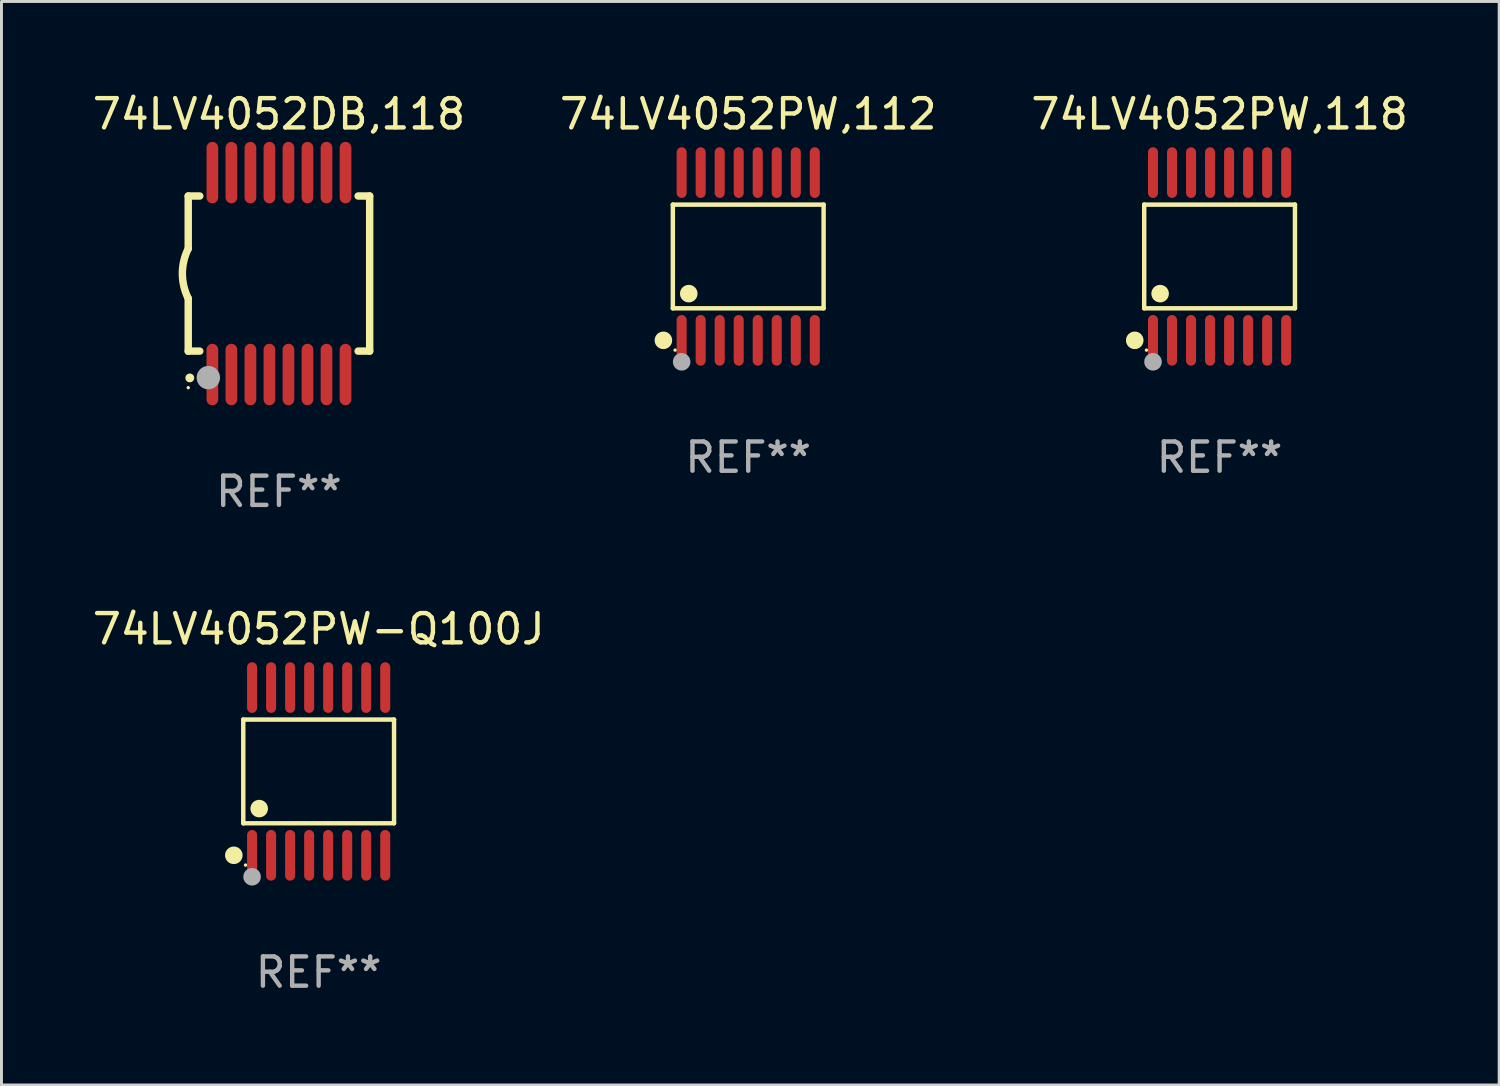
<source format=kicad_pcb>
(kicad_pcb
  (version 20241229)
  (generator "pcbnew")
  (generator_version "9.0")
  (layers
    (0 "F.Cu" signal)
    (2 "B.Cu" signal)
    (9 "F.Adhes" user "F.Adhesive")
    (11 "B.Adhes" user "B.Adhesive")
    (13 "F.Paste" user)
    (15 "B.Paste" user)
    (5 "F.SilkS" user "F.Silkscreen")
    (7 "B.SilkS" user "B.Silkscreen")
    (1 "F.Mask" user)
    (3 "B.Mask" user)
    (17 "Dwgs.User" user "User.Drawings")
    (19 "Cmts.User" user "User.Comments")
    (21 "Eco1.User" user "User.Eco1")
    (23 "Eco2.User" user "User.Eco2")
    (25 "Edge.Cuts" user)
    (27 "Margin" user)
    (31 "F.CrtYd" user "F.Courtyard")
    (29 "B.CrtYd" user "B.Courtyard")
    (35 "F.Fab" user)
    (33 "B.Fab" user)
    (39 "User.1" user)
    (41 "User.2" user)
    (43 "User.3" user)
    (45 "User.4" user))
  (footprint "74LV4052PW,112"
    (layer "F.Cu")
    (at 22.518 5.714)
    (property "Reference" "74LV4052PW,112" (at 0 -4.866 0) (layer "F.SilkS") (effects (font (size 1 1) (thickness 0.15))))
    (attr through_hole)
    (fp_line (start -2.576 -1.772) (end 2.576 -1.772) (stroke (width 0.152) (type solid)) (layer "F.SilkS"))
    (fp_line (start -2.576 1.771) (end -2.576 -1.772) (stroke (width 0.152) (type solid)) (layer "F.SilkS"))
    (fp_line (start 2.576 -1.772) (end 2.576 1.771) (stroke (width 0.152) (type solid)) (layer "F.SilkS"))
    (fp_line (start 2.576 1.771) (end -2.576 1.771) (stroke (width 0.152) (type solid)) (layer "F.SilkS"))
    (fp_circle (center -2.899 2.866) (end -2.749 2.866) (stroke (width 0.3) (type solid)) (fill no) (layer "F.SilkS"))
    (fp_circle (center -2.5 3.2) (end -2.47 3.2) (stroke (width 0.06) (type solid)) (fill no) (layer "F.SilkS"))
    (fp_circle (center -2.032 1.27) (end -1.882 1.27) (stroke (width 0.3) (type solid)) (fill no) (layer "F.SilkS"))
    (fp_circle (center -2.275 3.6) (end -2.125 3.6) (stroke (width 0.3) (type solid)) (fill no) (layer "F.Fab"))
    (fp_text user "REF**" (at 0 6.866 0) (layer "F.Fab") (effects (font (size 1 1) (thickness 0.15))))
    (pad "1" smd oval (at -2.275 2.866) (size 0.343 1.731) (layers "F.Cu" "F.Mask" "F.Paste"))
    (pad "2" smd oval (at -1.625 2.866) (size 0.343 1.731) (layers "F.Cu" "F.Mask" "F.Paste"))
    (pad "3" smd oval (at -0.975 2.866) (size 0.343 1.731) (layers "F.Cu" "F.Mask" "F.Paste"))
    (pad "4" smd oval (at -0.325 2.866) (size 0.343 1.731) (layers "F.Cu" "F.Mask" "F.Paste"))
    (pad "5" smd oval (at 0.325 2.866) (size 0.343 1.731) (layers "F.Cu" "F.Mask" "F.Paste"))
    (pad "6" smd oval (at 0.975 2.866) (size 0.343 1.731) (layers "F.Cu" "F.Mask" "F.Paste"))
    (pad "7" smd oval (at 1.625 2.866) (size 0.343 1.731) (layers "F.Cu" "F.Mask" "F.Paste"))
    (pad "8" smd oval (at 2.275 2.866) (size 0.343 1.731) (layers "F.Cu" "F.Mask" "F.Paste"))
    (pad "9" smd oval (at 2.275 -2.866) (size 0.343 1.731) (layers "F.Cu" "F.Mask" "F.Paste"))
    (pad "10" smd oval (at 1.625 -2.866) (size 0.343 1.731) (layers "F.Cu" "F.Mask" "F.Paste"))
    (pad "11" smd oval (at 0.975 -2.866) (size 0.343 1.731) (layers "F.Cu" "F.Mask" "F.Paste"))
    (pad "12" smd oval (at 0.325 -2.866) (size 0.343 1.731) (layers "F.Cu" "F.Mask" "F.Paste"))
    (pad "13" smd oval (at -0.325 -2.866) (size 0.343 1.731) (layers "F.Cu" "F.Mask" "F.Paste"))
    (pad "14" smd oval (at -0.975 -2.866) (size 0.343 1.731) (layers "F.Cu" "F.Mask" "F.Paste"))
    (pad "15" smd oval (at -1.625 -2.866) (size 0.343 1.731) (layers "F.Cu" "F.Mask" "F.Paste"))
    (pad "16" smd oval (at -2.275 -2.866) (size 0.343 1.731) (layers "F.Cu" "F.Mask" "F.Paste")))
  (footprint "74LV4052PW-Q100J"
    (layer "F.Cu")
    (at 7.839 23.311)
    (property "Reference" "74LV4052PW-Q100J" (at 0 -4.866 0) (layer "F.SilkS") (effects (font (size 1 1) (thickness 0.15))))
    (attr through_hole)
    (fp_line (start -2.576 -1.772) (end 2.576 -1.772) (stroke (width 0.152) (type solid)) (layer "F.SilkS"))
    (fp_line (start -2.576 1.771) (end -2.576 -1.772) (stroke (width 0.152) (type solid)) (layer "F.SilkS"))
    (fp_line (start 2.576 -1.772) (end 2.576 1.771) (stroke (width 0.152) (type solid)) (layer "F.SilkS"))
    (fp_line (start 2.576 1.771) (end -2.576 1.771) (stroke (width 0.152) (type solid)) (layer "F.SilkS"))
    (fp_circle (center -2.899 2.866) (end -2.749 2.866) (stroke (width 0.3) (type solid)) (fill no) (layer "F.SilkS"))
    (fp_circle (center -2.5 3.2) (end -2.47 3.2) (stroke (width 0.06) (type solid)) (fill no) (layer "F.SilkS"))
    (fp_circle (center -2.032 1.27) (end -1.882 1.27) (stroke (width 0.3) (type solid)) (fill no) (layer "F.SilkS"))
    (fp_circle (center -2.275 3.6) (end -2.125 3.6) (stroke (width 0.3) (type solid)) (fill no) (layer "F.Fab"))
    (fp_text user "REF**" (at 0 6.866 0) (layer "F.Fab") (effects (font (size 1 1) (thickness 0.15))))
    (pad "1" smd oval (at -2.275 2.866) (size 0.343 1.731) (layers "F.Cu" "F.Mask" "F.Paste"))
    (pad "2" smd oval (at -1.625 2.866) (size 0.343 1.731) (layers "F.Cu" "F.Mask" "F.Paste"))
    (pad "3" smd oval (at -0.975 2.866) (size 0.343 1.731) (layers "F.Cu" "F.Mask" "F.Paste"))
    (pad "4" smd oval (at -0.325 2.866) (size 0.343 1.731) (layers "F.Cu" "F.Mask" "F.Paste"))
    (pad "5" smd oval (at 0.325 2.866) (size 0.343 1.731) (layers "F.Cu" "F.Mask" "F.Paste"))
    (pad "6" smd oval (at 0.975 2.866) (size 0.343 1.731) (layers "F.Cu" "F.Mask" "F.Paste"))
    (pad "7" smd oval (at 1.625 2.866) (size 0.343 1.731) (layers "F.Cu" "F.Mask" "F.Paste"))
    (pad "8" smd oval (at 2.275 2.866) (size 0.343 1.731) (layers "F.Cu" "F.Mask" "F.Paste"))
    (pad "9" smd oval (at 2.275 -2.866) (size 0.343 1.731) (layers "F.Cu" "F.Mask" "F.Paste"))
    (pad "10" smd oval (at 1.625 -2.866) (size 0.343 1.731) (layers "F.Cu" "F.Mask" "F.Paste"))
    (pad "11" smd oval (at 0.975 -2.866) (size 0.343 1.731) (layers "F.Cu" "F.Mask" "F.Paste"))
    (pad "12" smd oval (at 0.325 -2.866) (size 0.343 1.731) (layers "F.Cu" "F.Mask" "F.Paste"))
    (pad "13" smd oval (at -0.325 -2.866) (size 0.343 1.731) (layers "F.Cu" "F.Mask" "F.Paste"))
    (pad "14" smd oval (at -0.975 -2.866) (size 0.343 1.731) (layers "F.Cu" "F.Mask" "F.Paste"))
    (pad "15" smd oval (at -1.625 -2.866) (size 0.343 1.731) (layers "F.Cu" "F.Mask" "F.Paste"))
    (pad "16" smd oval (at -2.275 -2.866) (size 0.343 1.731) (layers "F.Cu" "F.Mask" "F.Paste")))
  (footprint "74LV4052PW,118"
    (layer "F.Cu")
    (at 38.625 5.714)
    (property "Reference" "74LV4052PW,118" (at 0 -4.866 0) (layer "F.SilkS") (effects (font (size 1 1) (thickness 0.15))))
    (attr through_hole)
    (fp_line (start -2.576 -1.772) (end 2.576 -1.772) (stroke (width 0.152) (type solid)) (layer "F.SilkS"))
    (fp_line (start -2.576 1.771) (end -2.576 -1.772) (stroke (width 0.152) (type solid)) (layer "F.SilkS"))
    (fp_line (start 2.576 -1.772) (end 2.576 1.771) (stroke (width 0.152) (type solid)) (layer "F.SilkS"))
    (fp_line (start 2.576 1.771) (end -2.576 1.771) (stroke (width 0.152) (type solid)) (layer "F.SilkS"))
    (fp_circle (center -2.899 2.866) (end -2.749 2.866) (stroke (width 0.3) (type solid)) (fill no) (layer "F.SilkS"))
    (fp_circle (center -2.5 3.2) (end -2.47 3.2) (stroke (width 0.06) (type solid)) (fill no) (layer "F.SilkS"))
    (fp_circle (center -2.032 1.27) (end -1.882 1.27) (stroke (width 0.3) (type solid)) (fill no) (layer "F.SilkS"))
    (fp_circle (center -2.275 3.6) (end -2.125 3.6) (stroke (width 0.3) (type solid)) (fill no) (layer "F.Fab"))
    (fp_text user "REF**" (at 0 6.866 0) (layer "F.Fab") (effects (font (size 1 1) (thickness 0.15))))
    (pad "1" smd oval (at -2.275 2.866) (size 0.343 1.731) (layers "F.Cu" "F.Mask" "F.Paste"))
    (pad "2" smd oval (at -1.625 2.866) (size 0.343 1.731) (layers "F.Cu" "F.Mask" "F.Paste"))
    (pad "3" smd oval (at -0.975 2.866) (size 0.343 1.731) (layers "F.Cu" "F.Mask" "F.Paste"))
    (pad "4" smd oval (at -0.325 2.866) (size 0.343 1.731) (layers "F.Cu" "F.Mask" "F.Paste"))
    (pad "5" smd oval (at 0.325 2.866) (size 0.343 1.731) (layers "F.Cu" "F.Mask" "F.Paste"))
    (pad "6" smd oval (at 0.975 2.866) (size 0.343 1.731) (layers "F.Cu" "F.Mask" "F.Paste"))
    (pad "7" smd oval (at 1.625 2.866) (size 0.343 1.731) (layers "F.Cu" "F.Mask" "F.Paste"))
    (pad "8" smd oval (at 2.275 2.866) (size 0.343 1.731) (layers "F.Cu" "F.Mask" "F.Paste"))
    (pad "9" smd oval (at 2.275 -2.866) (size 0.343 1.731) (layers "F.Cu" "F.Mask" "F.Paste"))
    (pad "10" smd oval (at 1.625 -2.866) (size 0.343 1.731) (layers "F.Cu" "F.Mask" "F.Paste"))
    (pad "11" smd oval (at 0.975 -2.866) (size 0.343 1.731) (layers "F.Cu" "F.Mask" "F.Paste"))
    (pad "12" smd oval (at 0.325 -2.866) (size 0.343 1.731) (layers "F.Cu" "F.Mask" "F.Paste"))
    (pad "13" smd oval (at -0.325 -2.866) (size 0.343 1.731) (layers "F.Cu" "F.Mask" "F.Paste"))
    (pad "14" smd oval (at -0.975 -2.866) (size 0.343 1.731) (layers "F.Cu" "F.Mask" "F.Paste"))
    (pad "15" smd oval (at -1.625 -2.866) (size 0.343 1.731) (layers "F.Cu" "F.Mask" "F.Paste"))
    (pad "16" smd oval (at -2.275 -2.866) (size 0.343 1.731) (layers "F.Cu" "F.Mask" "F.Paste")))
  (footprint "74LV4052DB,118"
    (layer "F.Cu")
    (at 6.482 6.298)
    (property "Reference" "74LV4052DB,118" (at 0 -5.45 0) (layer "F.SilkS") (effects (font (size 1 1) (thickness 0.15))))
    (attr through_hole)
    (fp_line (start -3.1 -2.65) (end -3.1 -0.85) (stroke (width 0.254) (type solid)) (layer "F.SilkS"))
    (fp_line (start -3.1 -2.65) (end -2.706 -2.65) (stroke (width 0.254) (type solid)) (layer "F.SilkS"))
    (fp_line (start -3.1 2.65) (end -3.1 0.85) (stroke (width 0.254) (type solid)) (layer "F.SilkS"))
    (fp_line (start -3.1 2.65) (end -2.706 2.65) (stroke (width 0.254) (type solid)) (layer "F.SilkS"))
    (fp_line (start 2.706 -2.65) (end 3.1 -2.65) (stroke (width 0.254) (type solid)) (layer "F.SilkS"))
    (fp_line (start 2.706 2.65) (end 3.1 2.65) (stroke (width 0.254) (type solid)) (layer "F.SilkS"))
    (fp_line (start 3.1 -2.65) (end 3.1 2.65) (stroke (width 0.254) (type solid)) (layer "F.SilkS"))
    (fp_arc (start -3.098907 0.850902) (mid -3.300057 0.000523) (end -3.1 -0.850114) (stroke (width 0.254001) (type solid)) (layer "F.SilkS"))
    (fp_arc (start -3.048006 3.566066) (mid -3.046736 3.566061) (end -3.045466 3.566066) (stroke (width 0.3) (type solid)) (layer "F.SilkS"))
    (fp_circle (center -3.1 3.9) (end -3.07 3.9) (stroke (width 0.06) (type solid)) (fill no) (layer "F.SilkS"))
    (fp_circle (center -2.413 3.556) (end -2.213 3.556) (stroke (width 0.4) (type solid)) (fill no) (layer "F.Fab"))
    (fp_text user "REF**" (at 0 7.45 0) (layer "F.Fab") (effects (font (size 1 1) (thickness 0.15))))
    (pad "1" smd oval (at -2.275 3.45 180) (size 0.4 2.1) (layers "F.Cu" "F.Mask" "F.Paste"))
    (pad "2" smd oval (at -1.625 3.45 180) (size 0.4 2.1) (layers "F.Cu" "F.Mask" "F.Paste"))
    (pad "3" smd oval (at -0.975 3.45 180) (size 0.4 2.1) (layers "F.Cu" "F.Mask" "F.Paste"))
    (pad "4" smd oval (at -0.325 3.45 180) (size 0.4 2.1) (layers "F.Cu" "F.Mask" "F.Paste"))
    (pad "5" smd oval (at 0.325 3.45 180) (size 0.4 2.1) (layers "F.Cu" "F.Mask" "F.Paste"))
    (pad "6" smd oval (at 0.975 3.45 180) (size 0.4 2.1) (layers "F.Cu" "F.Mask" "F.Paste"))
    (pad "7" smd oval (at 1.625 3.45 180) (size 0.4 2.1) (layers "F.Cu" "F.Mask" "F.Paste"))
    (pad "8" smd oval (at 2.275 3.45 180) (size 0.4 2.1) (layers "F.Cu" "F.Mask" "F.Paste"))
    (pad "9" smd oval (at 2.275 -3.45 180) (size 0.4 2.1) (layers "F.Cu" "F.Mask" "F.Paste"))
    (pad "10" smd oval (at 1.625 -3.45 180) (size 0.4 2.1) (layers "F.Cu" "F.Mask" "F.Paste"))
    (pad "11" smd oval (at 0.975 -3.45 180) (size 0.4 2.1) (layers "F.Cu" "F.Mask" "F.Paste"))
    (pad "12" smd oval (at 0.325 -3.45 180) (size 0.4 2.1) (layers "F.Cu" "F.Mask" "F.Paste"))
    (pad "13" smd oval (at -0.325 -3.45 180) (size 0.4 2.1) (layers "F.Cu" "F.Mask" "F.Paste"))
    (pad "14" smd oval (at -0.975 -3.45 180) (size 0.4 2.1) (layers "F.Cu" "F.Mask" "F.Paste"))
    (pad "15" smd oval (at -1.625 -3.45 180) (size 0.4 2.1) (layers "F.Cu" "F.Mask" "F.Paste"))
    (pad "16" smd oval (at -2.275 -3.45 180) (size 0.4 2.1) (layers "F.Cu" "F.Mask" "F.Paste")))
  (gr_rect
    (start -3 -3)
    (end 48.179 34.025)
    (stroke (width 0.1) (type default))
    (fill no)
    (layer "Edge.Cuts")))
</source>
